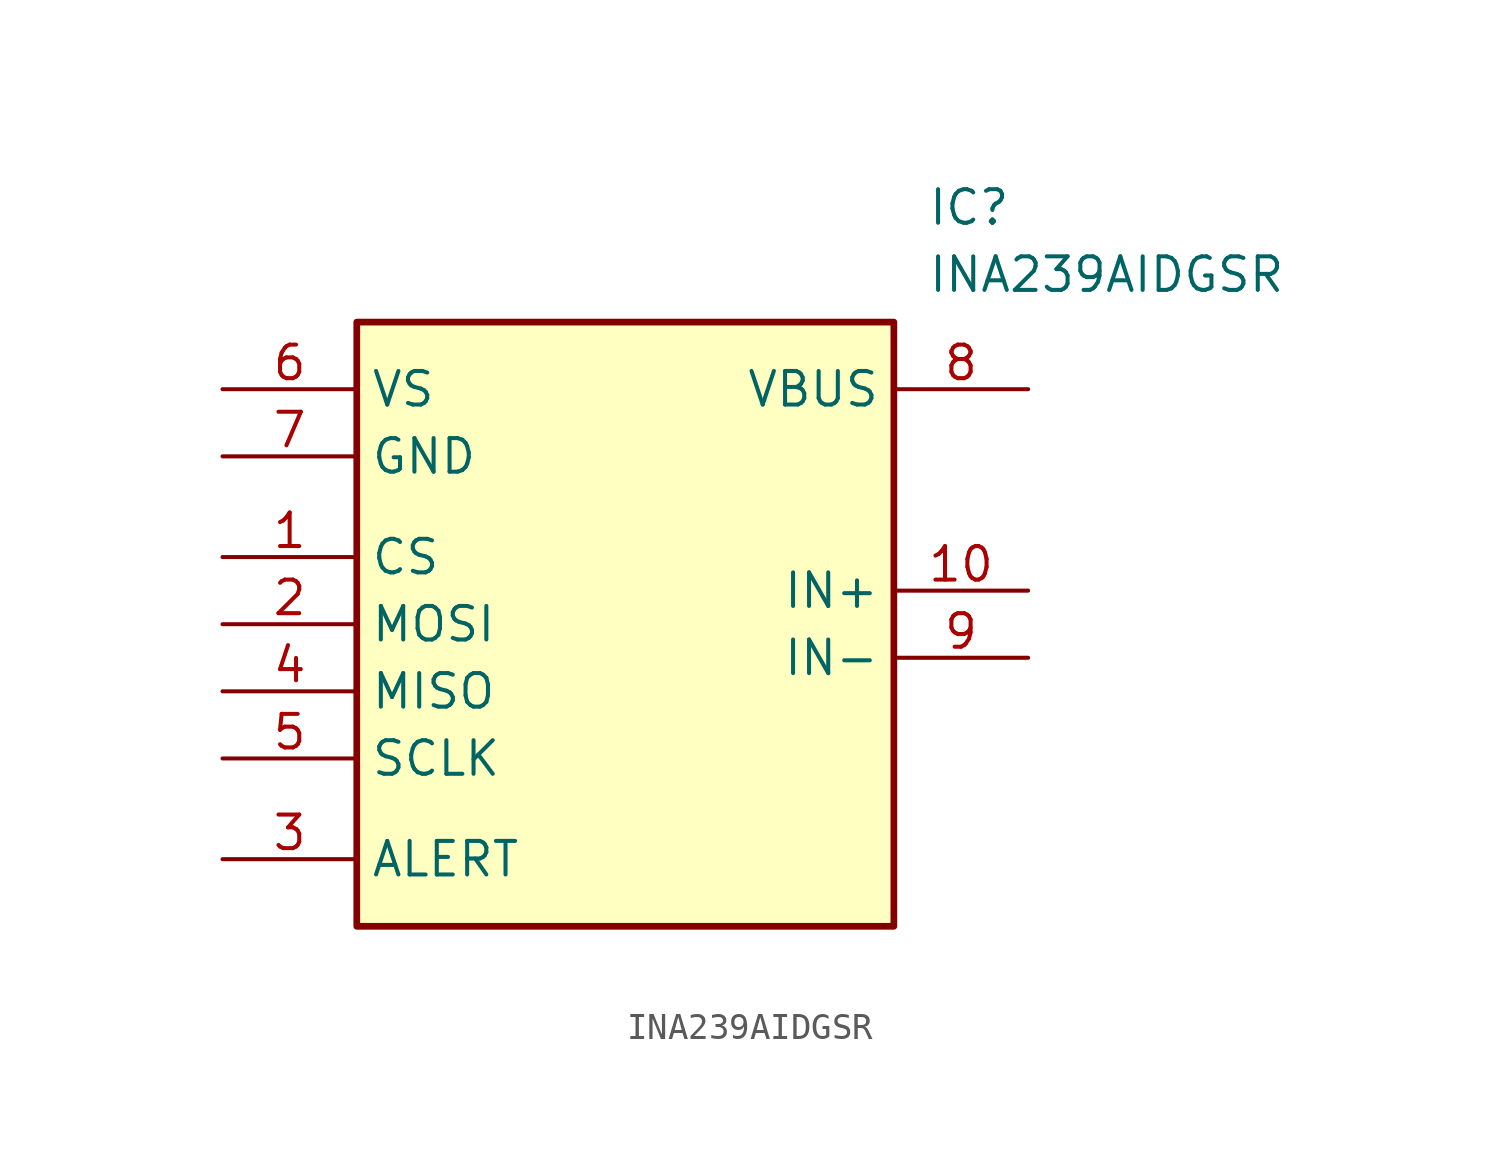
<source format=kicad_sym>
(kicad_symbol_lib
  (version 20220914)
  (generator kicad_symbol_editor)
  (symbol "INA239AIDGSR"
    (property "Reference" "IC"
      (at 27.94 3.81 0)
      (effects (font (size 1.27 1.27)) (justify left top)))
    (property "Value" "INA239AIDGSR"
      (at 27.94 1.27 0)
      (effects (font (size 1.27 1.27)) (justify left top)))
    (symbol "INA239AIDGSR_1_1"
      (rectangle (start 6.35 -1.27) (end 26.67 -24.13) (stroke (width 0.254) (type default)) (fill (type background)))
      (pin passive line (at 1.27 -10.16 0) (length 5.08) (name "CS" (effects (font (size 1.27 1.27)))) (number "1" (effects (font (size 1.27 1.27)))))
      (pin passive line (at 31.75 -11.43 180) (length 5.08) (name "IN+" (effects (font (size 1.27 1.27)))) (number "10" (effects (font (size 1.27 1.27)))))
      (pin passive line (at 1.27 -12.7 0) (length 5.08) (name "MOSI" (effects (font (size 1.27 1.27)))) (number "2" (effects (font (size 1.27 1.27)))))
      (pin passive line (at 1.27 -21.59 0) (length 5.08) (name "ALERT" (effects (font (size 1.27 1.27)))) (number "3" (effects (font (size 1.27 1.27)))))
      (pin passive line (at 1.27 -15.24 0) (length 5.08) (name "MISO" (effects (font (size 1.27 1.27)))) (number "4" (effects (font (size 1.27 1.27)))))
      (pin passive line (at 1.27 -17.78 0) (length 5.08) (name "SCLK" (effects (font (size 1.27 1.27)))) (number "5" (effects (font (size 1.27 1.27)))))
      (pin passive line (at 1.27 -3.81 0) (length 5.08) (name "VS" (effects (font (size 1.27 1.27)))) (number "6" (effects (font (size 1.27 1.27)))))
      (pin passive line (at 1.27 -6.35 0) (length 5.08) (name "GND" (effects (font (size 1.27 1.27)))) (number "7" (effects (font (size 1.27 1.27)))))
      (pin passive line (at 31.75 -3.81 180) (length 5.08) (name "VBUS" (effects (font (size 1.27 1.27)))) (number "8" (effects (font (size 1.27 1.27)))))
      (pin passive line (at 31.75 -13.97 180) (length 5.08) (name "IN-" (effects (font (size 1.27 1.27)))) (number "9" (effects (font (size 1.27 1.27))))))))
</source>
